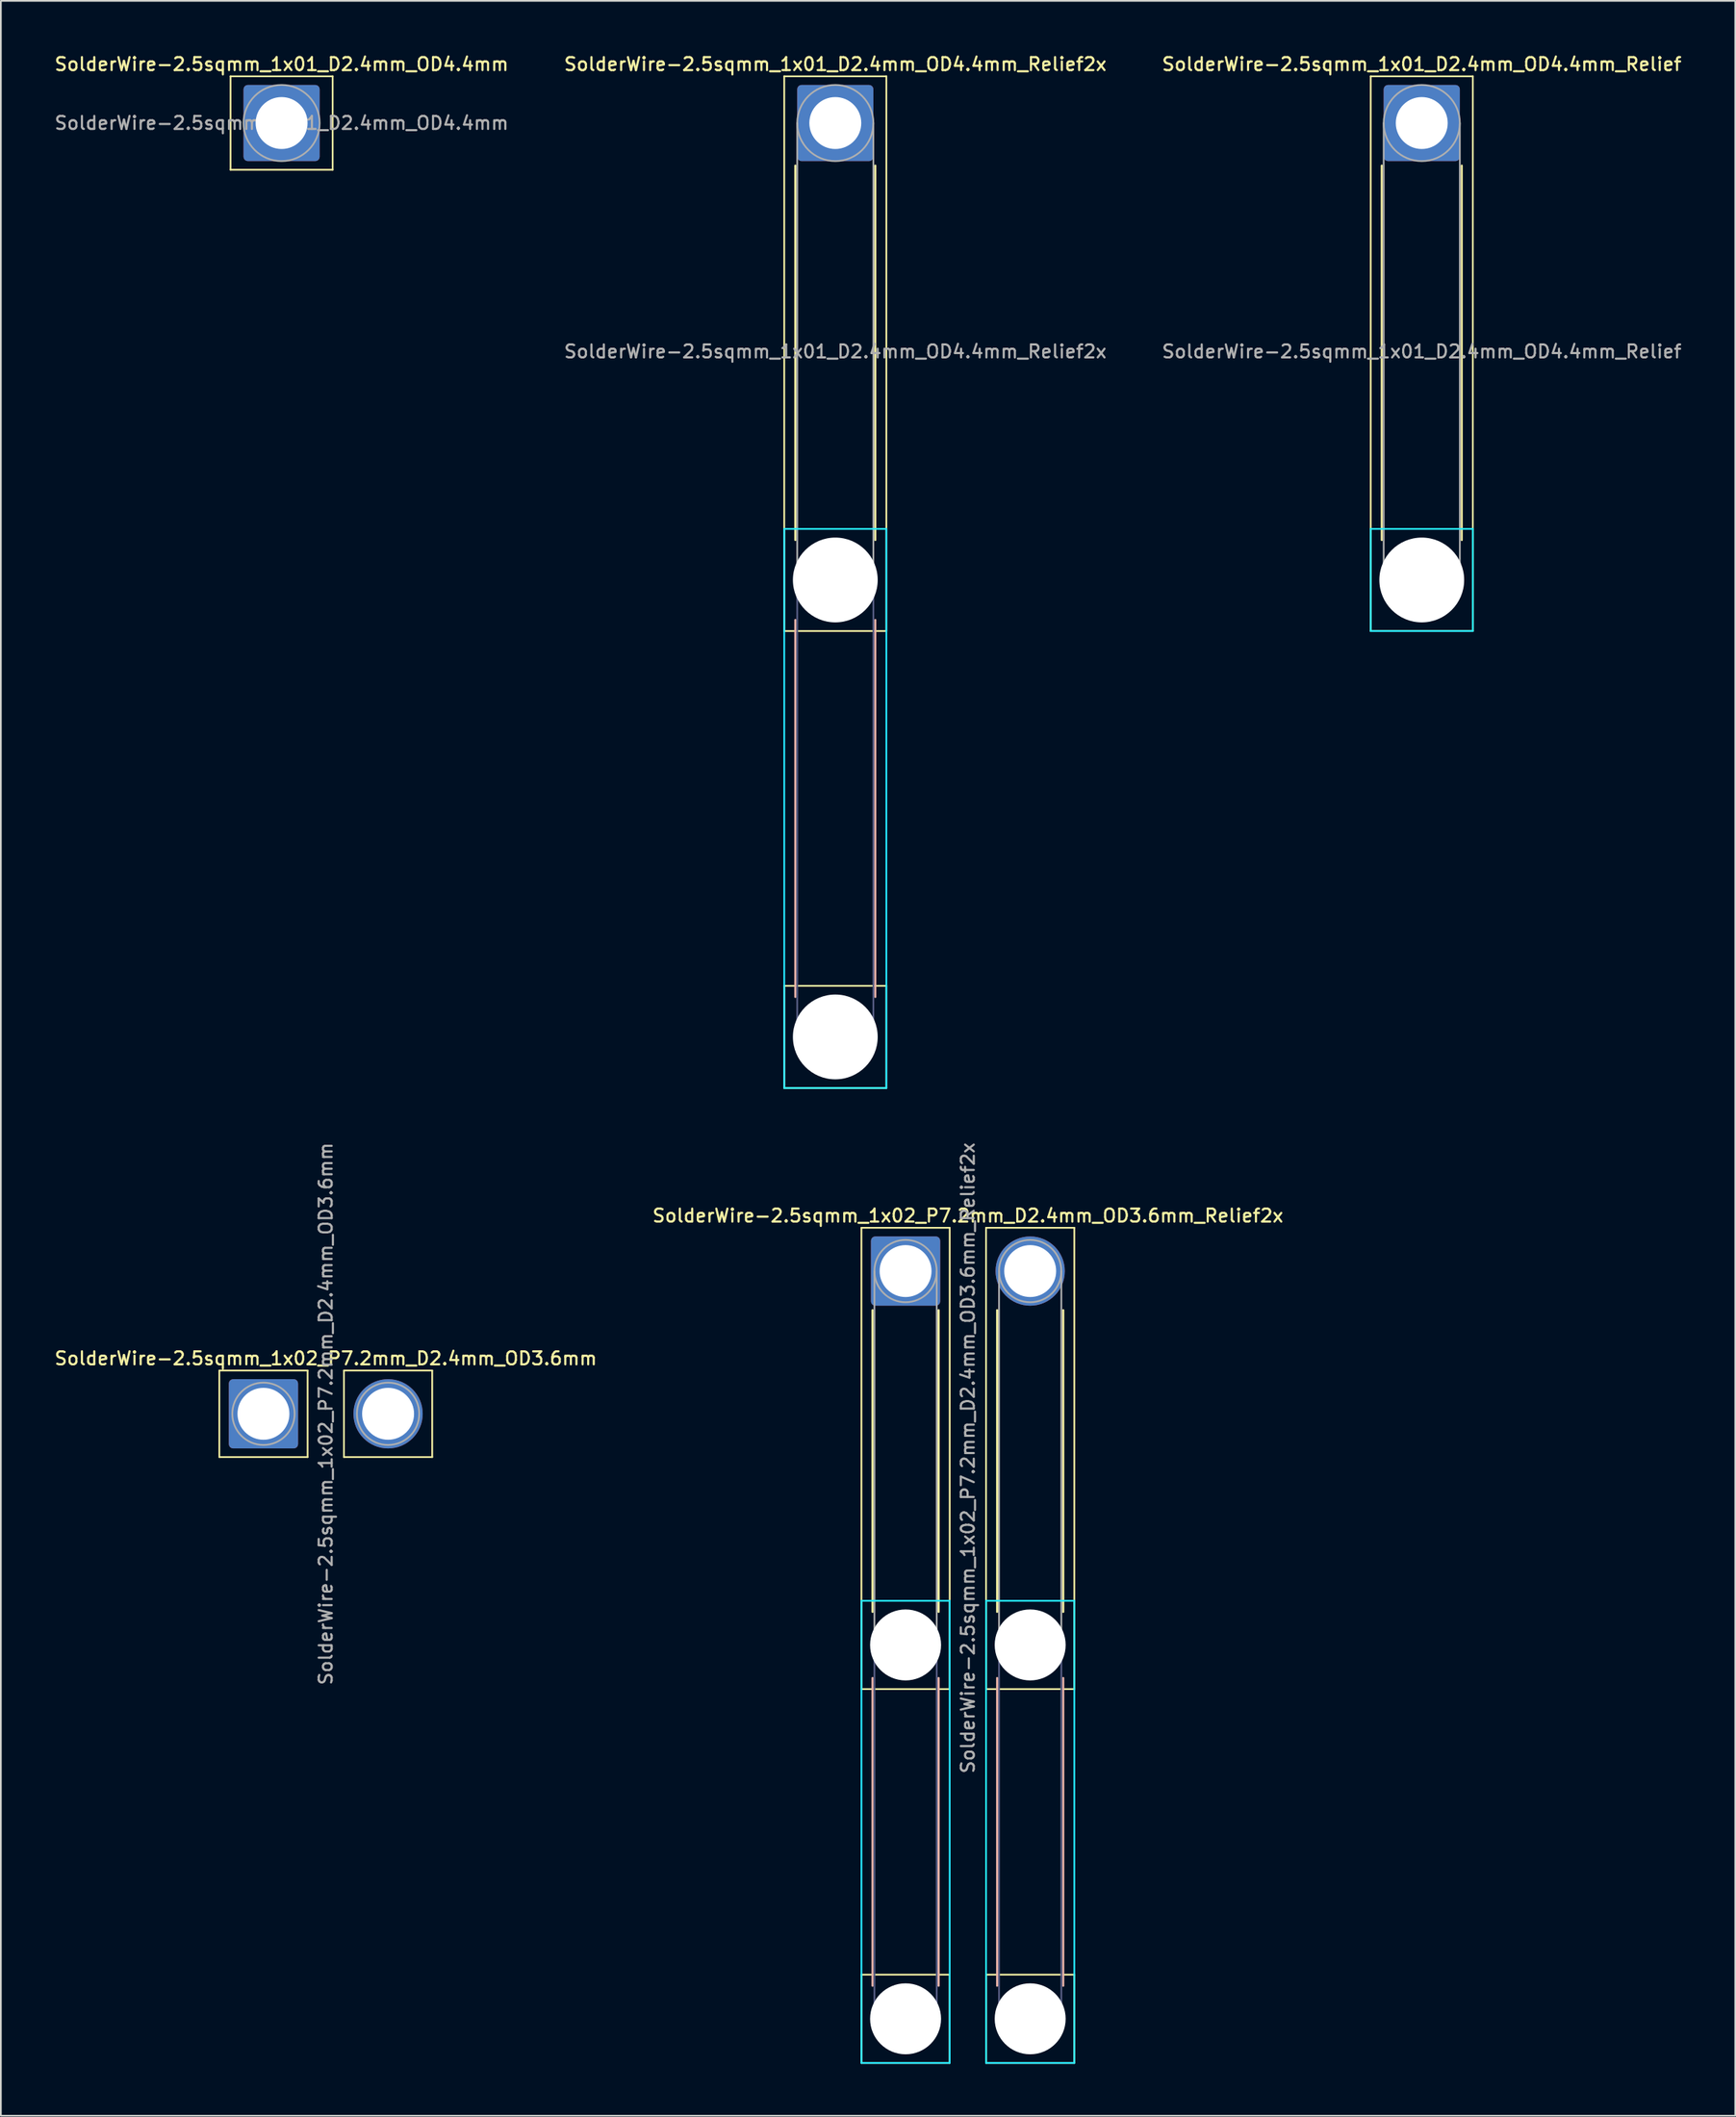
<source format=kicad_pcb>
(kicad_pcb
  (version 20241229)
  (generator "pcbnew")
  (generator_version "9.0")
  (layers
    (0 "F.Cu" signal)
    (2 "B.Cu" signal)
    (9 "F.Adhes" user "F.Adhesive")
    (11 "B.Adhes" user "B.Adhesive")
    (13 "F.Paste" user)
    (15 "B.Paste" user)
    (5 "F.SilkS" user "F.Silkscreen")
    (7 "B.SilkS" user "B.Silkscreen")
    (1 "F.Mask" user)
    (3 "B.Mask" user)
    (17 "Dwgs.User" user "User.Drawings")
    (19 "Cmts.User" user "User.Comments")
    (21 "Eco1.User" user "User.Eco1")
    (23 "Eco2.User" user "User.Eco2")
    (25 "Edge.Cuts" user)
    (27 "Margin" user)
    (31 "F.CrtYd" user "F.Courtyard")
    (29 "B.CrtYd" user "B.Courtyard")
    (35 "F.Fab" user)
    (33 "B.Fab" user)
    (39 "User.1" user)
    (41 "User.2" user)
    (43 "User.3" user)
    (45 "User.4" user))
  (footprint "SolderWire-2.5sqmm_1x02_P7.2mm_D2.4mm_OD3.6mm"
    (layer "F.Cu")
    (at 12.173 78.631)
    (property "Reference" "SolderWire-2.5sqmm_1x02_P7.2mm_D2.4mm_OD3.6mm" (at 3.6 -3.2 0) (layer "F.SilkS") (effects (font (size 0.75 0.75) (thickness 0.125))))
    (attr exclude_from_pos_files exclude_from_bom)
    (fp_line (start -2.55 -2.5) (end -2.55 2.5) (stroke (width 0.1) (type solid)) (layer "F.SilkS"))
    (fp_line (start -2.55 2.5) (end 2.55 2.5) (stroke (width 0.1) (type solid)) (layer "F.SilkS"))
    (fp_line (start 2.55 -2.5) (end -2.55 -2.5) (stroke (width 0.1) (type solid)) (layer "F.SilkS"))
    (fp_line (start 2.55 2.5) (end 2.55 -2.5) (stroke (width 0.1) (type solid)) (layer "F.SilkS"))
    (fp_line (start 4.65 -2.5) (end 4.65 2.5) (stroke (width 0.1) (type solid)) (layer "F.SilkS"))
    (fp_line (start 4.65 2.5) (end 9.75 2.5) (stroke (width 0.1) (type solid)) (layer "F.SilkS"))
    (fp_line (start 9.75 -2.5) (end 4.65 -2.5) (stroke (width 0.1) (type solid)) (layer "F.SilkS"))
    (fp_line (start 9.75 2.5) (end 9.75 -2.5) (stroke (width 0.1) (type solid)) (layer "F.SilkS"))
    (fp_circle (center 0 0) (end 1.8 0) (stroke (width 0.1) (type solid)) (fill no) (layer "F.Fab"))
    (fp_circle (center 7.2 0) (end 9 0) (stroke (width 0.1) (type solid)) (fill no) (layer "F.Fab"))
    (fp_text user "${REFERENCE}" (at 3.6 0 90) (layer "F.Fab") (effects (font (size 0.75 0.75) (thickness 0.125))))
    (pad "1" thru_hole roundrect (at 0 0) (size 4 4) (drill 3) (layers "*.Cu" "*.Mask") (roundrect_rratio 0.062))
    (pad "2" thru_hole circle (at 7.2 0) (size 4 4) (drill 3) (layers "*.Cu" "*.Mask")))
  (footprint "SolderWire-2.5sqmm_1x01_D2.4mm_OD4.4mm_Relief"
    (layer "F.Cu")
    (at 79.098 4.058)
    (property "Reference" "SolderWire-2.5sqmm_1x01_D2.4mm_OD4.4mm_Relief" (at 0 -3.4 0) (layer "F.SilkS") (effects (font (size 0.75 0.75) (thickness 0.125))))
    (attr exclude_from_pos_files exclude_from_bom)
    (fp_line (start -2.95 -2.7) (end -2.95 29.35) (stroke (width 0.1) (type solid)) (layer "F.SilkS"))
    (fp_line (start -2.95 29.35) (end 2.95 29.35) (stroke (width 0.1) (type solid)) (layer "F.SilkS"))
    (fp_line (start -2.31 2.46) (end -2.31 24.09) (stroke (width 0.12) (type solid)) (layer "F.SilkS"))
    (fp_line (start 2.31 2.46) (end 2.31 24.09) (stroke (width 0.12) (type solid)) (layer "F.SilkS"))
    (fp_line (start 2.95 -2.7) (end -2.95 -2.7) (stroke (width 0.1) (type solid)) (layer "F.SilkS"))
    (fp_line (start 2.95 29.35) (end 2.95 -2.7) (stroke (width 0.1) (type solid)) (layer "F.SilkS"))
    (fp_line (start -2.95 23.45) (end -2.95 29.35) (stroke (width 0.1) (type solid)) (layer "B.CrtYd"))
    (fp_line (start -2.95 29.35) (end 2.95 29.35) (stroke (width 0.1) (type solid)) (layer "B.CrtYd"))
    (fp_line (start 2.95 23.45) (end -2.95 23.45) (stroke (width 0.1) (type solid)) (layer "B.CrtYd"))
    (fp_line (start 2.95 29.35) (end 2.95 23.45) (stroke (width 0.1) (type solid)) (layer "B.CrtYd"))
    (fp_line (start -2.2 0) (end -2.2 26.4) (stroke (width 0.1) (type solid)) (layer "F.Fab"))
    (fp_line (start 2.2 0) (end 2.2 26.4) (stroke (width 0.1) (type solid)) (layer "F.Fab"))
    (fp_circle (center 0 0) (end 2.2 0) (stroke (width 0.1) (type solid)) (fill no) (layer "F.Fab"))
    (fp_circle (center 0 26.4) (end 2.2 26.4) (stroke (width 0.1) (type solid)) (fill no) (layer "F.Fab"))
    (fp_text user "${REFERENCE}" (at 0 13.2 0) (layer "F.Fab") (effects (font (size 0.75 0.75) (thickness 0.125))))
    (pad "" np_thru_hole circle (at 0 26.4) (size 4.9 4.9) (drill 4.9) (layers "*.Cu" "*.Mask"))
    (pad "1" thru_hole roundrect (at 0 0) (size 4.4 4.4) (drill 3) (layers "*.Cu" "*.Mask") (roundrect_rratio 0.057)))
  (footprint "SolderWire-2.5sqmm_1x01_D2.4mm_OD4.4mm"
    (layer "F.Cu")
    (at 13.22 4.058)
    (property "Reference" "SolderWire-2.5sqmm_1x01_D2.4mm_OD4.4mm" (at 0 -3.4 0) (layer "F.SilkS") (effects (font (size 0.75 0.75) (thickness 0.125))))
    (attr exclude_from_pos_files exclude_from_bom)
    (fp_line (start -2.95 -2.7) (end -2.95 2.7) (stroke (width 0.1) (type solid)) (layer "F.SilkS"))
    (fp_line (start -2.95 2.7) (end 2.95 2.7) (stroke (width 0.1) (type solid)) (layer "F.SilkS"))
    (fp_line (start 2.95 -2.7) (end -2.95 -2.7) (stroke (width 0.1) (type solid)) (layer "F.SilkS"))
    (fp_line (start 2.95 2.7) (end 2.95 -2.7) (stroke (width 0.1) (type solid)) (layer "F.SilkS"))
    (fp_circle (center 0 0) (end 2.2 0) (stroke (width 0.1) (type solid)) (fill no) (layer "F.Fab"))
    (fp_text user "${REFERENCE}" (at 0 0 0) (layer "F.Fab") (effects (font (size 0.75 0.75) (thickness 0.125))))
    (pad "1" thru_hole roundrect (at 0 0) (size 4.4 4.4) (drill 3) (layers "*.Cu" "*.Mask") (roundrect_rratio 0.057)))
  (footprint "SolderWire-2.5sqmm_1x01_D2.4mm_OD4.4mm_Relief2x"
    (layer "F.Cu")
    (at 45.213 4.058)
    (property "Reference" "SolderWire-2.5sqmm_1x01_D2.4mm_OD4.4mm_Relief2x" (at 0 -3.4 0) (layer "F.SilkS") (effects (font (size 0.75 0.75) (thickness 0.125))))
    (attr exclude_from_pos_files exclude_from_bom)
    (fp_line (start -2.95 -2.7) (end -2.95 29.35) (stroke (width 0.1) (type solid)) (layer "F.SilkS"))
    (fp_line (start -2.95 29.35) (end 2.95 29.35) (stroke (width 0.1) (type solid)) (layer "F.SilkS"))
    (fp_line (start -2.95 49.85) (end -2.95 55.75) (stroke (width 0.1) (type solid)) (layer "F.SilkS"))
    (fp_line (start -2.95 55.75) (end 2.95 55.75) (stroke (width 0.1) (type solid)) (layer "F.SilkS"))
    (fp_line (start -2.31 2.46) (end -2.31 24.09) (stroke (width 0.12) (type solid)) (layer "F.SilkS"))
    (fp_line (start 2.31 2.46) (end 2.31 24.09) (stroke (width 0.12) (type solid)) (layer "F.SilkS"))
    (fp_line (start 2.95 -2.7) (end -2.95 -2.7) (stroke (width 0.1) (type solid)) (layer "F.SilkS"))
    (fp_line (start 2.95 29.35) (end 2.95 -2.7) (stroke (width 0.1) (type solid)) (layer "F.SilkS"))
    (fp_line (start 2.95 49.85) (end -2.95 49.85) (stroke (width 0.1) (type solid)) (layer "F.SilkS"))
    (fp_line (start 2.95 55.75) (end 2.95 49.85) (stroke (width 0.1) (type solid)) (layer "F.SilkS"))
    (fp_line (start -2.31 28.71) (end -2.31 50.49) (stroke (width 0.12) (type solid)) (layer "B.SilkS"))
    (fp_line (start 2.31 28.71) (end 2.31 50.49) (stroke (width 0.12) (type solid)) (layer "B.SilkS"))
    (fp_line (start -2.95 23.45) (end -2.95 55.75) (stroke (width 0.1) (type solid)) (layer "B.CrtYd"))
    (fp_line (start -2.95 55.75) (end 2.95 55.75) (stroke (width 0.1) (type solid)) (layer "B.CrtYd"))
    (fp_line (start 2.95 23.45) (end -2.95 23.45) (stroke (width 0.1) (type solid)) (layer "B.CrtYd"))
    (fp_line (start 2.95 55.75) (end 2.95 23.45) (stroke (width 0.1) (type solid)) (layer "B.CrtYd"))
    (fp_line (start -2.2 26.4) (end -2.2 52.8) (stroke (width 0.1) (type solid)) (layer "B.Fab"))
    (fp_line (start 2.2 26.4) (end 2.2 52.8) (stroke (width 0.1) (type solid)) (layer "B.Fab"))
    (fp_circle (center 0 26.4) (end 2.2 26.4) (stroke (width 0.1) (type solid)) (fill no) (layer "B.Fab"))
    (fp_circle (center 0 52.8) (end 2.2 52.8) (stroke (width 0.1) (type solid)) (fill no) (layer "B.Fab"))
    (fp_line (start -2.2 0) (end -2.2 26.4) (stroke (width 0.1) (type solid)) (layer "F.Fab"))
    (fp_line (start 2.2 0) (end 2.2 26.4) (stroke (width 0.1) (type solid)) (layer "F.Fab"))
    (fp_circle (center 0 0) (end 2.2 0) (stroke (width 0.1) (type solid)) (fill no) (layer "F.Fab"))
    (fp_circle (center 0 26.4) (end 2.2 26.4) (stroke (width 0.1) (type solid)) (fill no) (layer "F.Fab"))
    (fp_circle (center 0 52.8) (end 2.2 52.8) (stroke (width 0.1) (type solid)) (fill no) (layer "F.Fab"))
    (fp_text user "${REFERENCE}" (at 0 13.2 0) (layer "F.Fab") (effects (font (size 0.75 0.75) (thickness 0.125))))
    (pad "" np_thru_hole circle (at 0 26.4) (size 4.9 4.9) (drill 4.9) (layers "*.Cu" "*.Mask"))
    (pad "" np_thru_hole circle (at 0 52.8) (size 4.9 4.9) (drill 4.9) (layers "*.Cu" "*.Mask"))
    (pad "1" thru_hole roundrect (at 0 0) (size 4.4 4.4) (drill 3) (layers "*.Cu" "*.Mask") (roundrect_rratio 0.057)))
  (footprint "SolderWire-2.5sqmm_1x02_P7.2mm_D2.4mm_OD3.6mm_Relief2x"
    (layer "F.Cu")
    (at 49.273 70.385)
    (property "Reference" "SolderWire-2.5sqmm_1x02_P7.2mm_D2.4mm_OD3.6mm_Relief2x" (at 3.6 -3.2 0) (layer "F.SilkS") (effects (font (size 0.75 0.75) (thickness 0.125))))
    (attr exclude_from_pos_files exclude_from_bom)
    (fp_line (start -2.55 -2.5) (end -2.55 24.15) (stroke (width 0.1) (type solid)) (layer "F.SilkS"))
    (fp_line (start -2.55 24.15) (end 2.55 24.15) (stroke (width 0.1) (type solid)) (layer "F.SilkS"))
    (fp_line (start -2.55 40.65) (end -2.55 45.75) (stroke (width 0.1) (type solid)) (layer "F.SilkS"))
    (fp_line (start -2.55 45.75) (end 2.55 45.75) (stroke (width 0.1) (type solid)) (layer "F.SilkS"))
    (fp_line (start -1.91 2.26) (end -1.91 19.69) (stroke (width 0.12) (type solid)) (layer "F.SilkS"))
    (fp_line (start 1.91 2.26) (end 1.91 19.69) (stroke (width 0.12) (type solid)) (layer "F.SilkS"))
    (fp_line (start 2.55 -2.5) (end -2.55 -2.5) (stroke (width 0.1) (type solid)) (layer "F.SilkS"))
    (fp_line (start 2.55 24.15) (end 2.55 -2.5) (stroke (width 0.1) (type solid)) (layer "F.SilkS"))
    (fp_line (start 2.55 40.65) (end -2.55 40.65) (stroke (width 0.1) (type solid)) (layer "F.SilkS"))
    (fp_line (start 2.55 45.75) (end 2.55 40.65) (stroke (width 0.1) (type solid)) (layer "F.SilkS"))
    (fp_line (start 4.65 -2.5) (end 4.65 24.15) (stroke (width 0.1) (type solid)) (layer "F.SilkS"))
    (fp_line (start 4.65 24.15) (end 9.75 24.15) (stroke (width 0.1) (type solid)) (layer "F.SilkS"))
    (fp_line (start 4.65 40.65) (end 4.65 45.75) (stroke (width 0.1) (type solid)) (layer "F.SilkS"))
    (fp_line (start 4.65 45.75) (end 9.75 45.75) (stroke (width 0.1) (type solid)) (layer "F.SilkS"))
    (fp_line (start 5.29 2.26) (end 5.29 19.69) (stroke (width 0.12) (type solid)) (layer "F.SilkS"))
    (fp_line (start 9.11 2.26) (end 9.11 19.69) (stroke (width 0.12) (type solid)) (layer "F.SilkS"))
    (fp_line (start 9.75 -2.5) (end 4.65 -2.5) (stroke (width 0.1) (type solid)) (layer "F.SilkS"))
    (fp_line (start 9.75 24.15) (end 9.75 -2.5) (stroke (width 0.1) (type solid)) (layer "F.SilkS"))
    (fp_line (start 9.75 40.65) (end 4.65 40.65) (stroke (width 0.1) (type solid)) (layer "F.SilkS"))
    (fp_line (start 9.75 45.75) (end 9.75 40.65) (stroke (width 0.1) (type solid)) (layer "F.SilkS"))
    (fp_line (start -1.91 23.51) (end -1.91 41.29) (stroke (width 0.12) (type solid)) (layer "B.SilkS"))
    (fp_line (start 1.91 23.51) (end 1.91 41.29) (stroke (width 0.12) (type solid)) (layer "B.SilkS"))
    (fp_line (start 5.29 23.51) (end 5.29 41.29) (stroke (width 0.12) (type solid)) (layer "B.SilkS"))
    (fp_line (start 9.11 23.51) (end 9.11 41.29) (stroke (width 0.12) (type solid)) (layer "B.SilkS"))
    (fp_line (start -2.55 19.05) (end -2.55 45.75) (stroke (width 0.1) (type solid)) (layer "B.CrtYd"))
    (fp_line (start -2.55 45.75) (end 2.55 45.75) (stroke (width 0.1) (type solid)) (layer "B.CrtYd"))
    (fp_line (start 2.55 19.05) (end -2.55 19.05) (stroke (width 0.1) (type solid)) (layer "B.CrtYd"))
    (fp_line (start 2.55 45.75) (end 2.55 19.05) (stroke (width 0.1) (type solid)) (layer "B.CrtYd"))
    (fp_line (start 4.65 19.05) (end 4.65 45.75) (stroke (width 0.1) (type solid)) (layer "B.CrtYd"))
    (fp_line (start 4.65 45.75) (end 9.75 45.75) (stroke (width 0.1) (type solid)) (layer "B.CrtYd"))
    (fp_line (start 9.75 19.05) (end 4.65 19.05) (stroke (width 0.1) (type solid)) (layer "B.CrtYd"))
    (fp_line (start 9.75 45.75) (end 9.75 19.05) (stroke (width 0.1) (type solid)) (layer "B.CrtYd"))
    (fp_line (start -1.8 21.6) (end -1.8 43.2) (stroke (width 0.1) (type solid)) (layer "B.Fab"))
    (fp_line (start 1.8 21.6) (end 1.8 43.2) (stroke (width 0.1) (type solid)) (layer "B.Fab"))
    (fp_line (start 5.4 21.6) (end 5.4 43.2) (stroke (width 0.1) (type solid)) (layer "B.Fab"))
    (fp_line (start 9 21.6) (end 9 43.2) (stroke (width 0.1) (type solid)) (layer "B.Fab"))
    (fp_circle (center 0 21.6) (end 1.8 21.6) (stroke (width 0.1) (type solid)) (fill no) (layer "B.Fab"))
    (fp_circle (center 0 43.2) (end 1.8 43.2) (stroke (width 0.1) (type solid)) (fill no) (layer "B.Fab"))
    (fp_circle (center 7.2 21.6) (end 9 21.6) (stroke (width 0.1) (type solid)) (fill no) (layer "B.Fab"))
    (fp_circle (center 7.2 43.2) (end 9 43.2) (stroke (width 0.1) (type solid)) (fill no) (layer "B.Fab"))
    (fp_line (start -1.8 0) (end -1.8 21.6) (stroke (width 0.1) (type solid)) (layer "F.Fab"))
    (fp_line (start 1.8 0) (end 1.8 21.6) (stroke (width 0.1) (type solid)) (layer "F.Fab"))
    (fp_line (start 5.4 0) (end 5.4 21.6) (stroke (width 0.1) (type solid)) (layer "F.Fab"))
    (fp_line (start 9 0) (end 9 21.6) (stroke (width 0.1) (type solid)) (layer "F.Fab"))
    (fp_circle (center 0 0) (end 1.8 0) (stroke (width 0.1) (type solid)) (fill no) (layer "F.Fab"))
    (fp_circle (center 0 21.6) (end 1.8 21.6) (stroke (width 0.1) (type solid)) (fill no) (layer "F.Fab"))
    (fp_circle (center 0 43.2) (end 1.8 43.2) (stroke (width 0.1) (type solid)) (fill no) (layer "F.Fab"))
    (fp_circle (center 7.2 0) (end 9 0) (stroke (width 0.1) (type solid)) (fill no) (layer "F.Fab"))
    (fp_circle (center 7.2 21.6) (end 9 21.6) (stroke (width 0.1) (type solid)) (fill no) (layer "F.Fab"))
    (fp_circle (center 7.2 43.2) (end 9 43.2) (stroke (width 0.1) (type solid)) (fill no) (layer "F.Fab"))
    (fp_text user "${REFERENCE}" (at 3.6 10.8 90) (layer "F.Fab") (effects (font (size 0.75 0.75) (thickness 0.125))))
    (pad "" np_thru_hole circle (at 0 21.6) (size 4.1 4.1) (drill 4.1) (layers "*.Cu" "*.Mask"))
    (pad "" np_thru_hole circle (at 0 43.2) (size 4.1 4.1) (drill 4.1) (layers "*.Cu" "*.Mask"))
    (pad "" np_thru_hole circle (at 7.2 21.6) (size 4.1 4.1) (drill 4.1) (layers "*.Cu" "*.Mask"))
    (pad "" np_thru_hole circle (at 7.2 43.2) (size 4.1 4.1) (drill 4.1) (layers "*.Cu" "*.Mask"))
    (pad "1" thru_hole roundrect (at 0 0) (size 4 4) (drill 3) (layers "*.Cu" "*.Mask") (roundrect_rratio 0.062))
    (pad "2" thru_hole circle (at 7.2 0) (size 4 4) (drill 3) (layers "*.Cu" "*.Mask")))
  (gr_rect
    (start -3 -3)
    (end 97.211 119.185)
    (stroke (width 0.1) (type default))
    (fill no)
    (layer "Edge.Cuts")))
</source>
